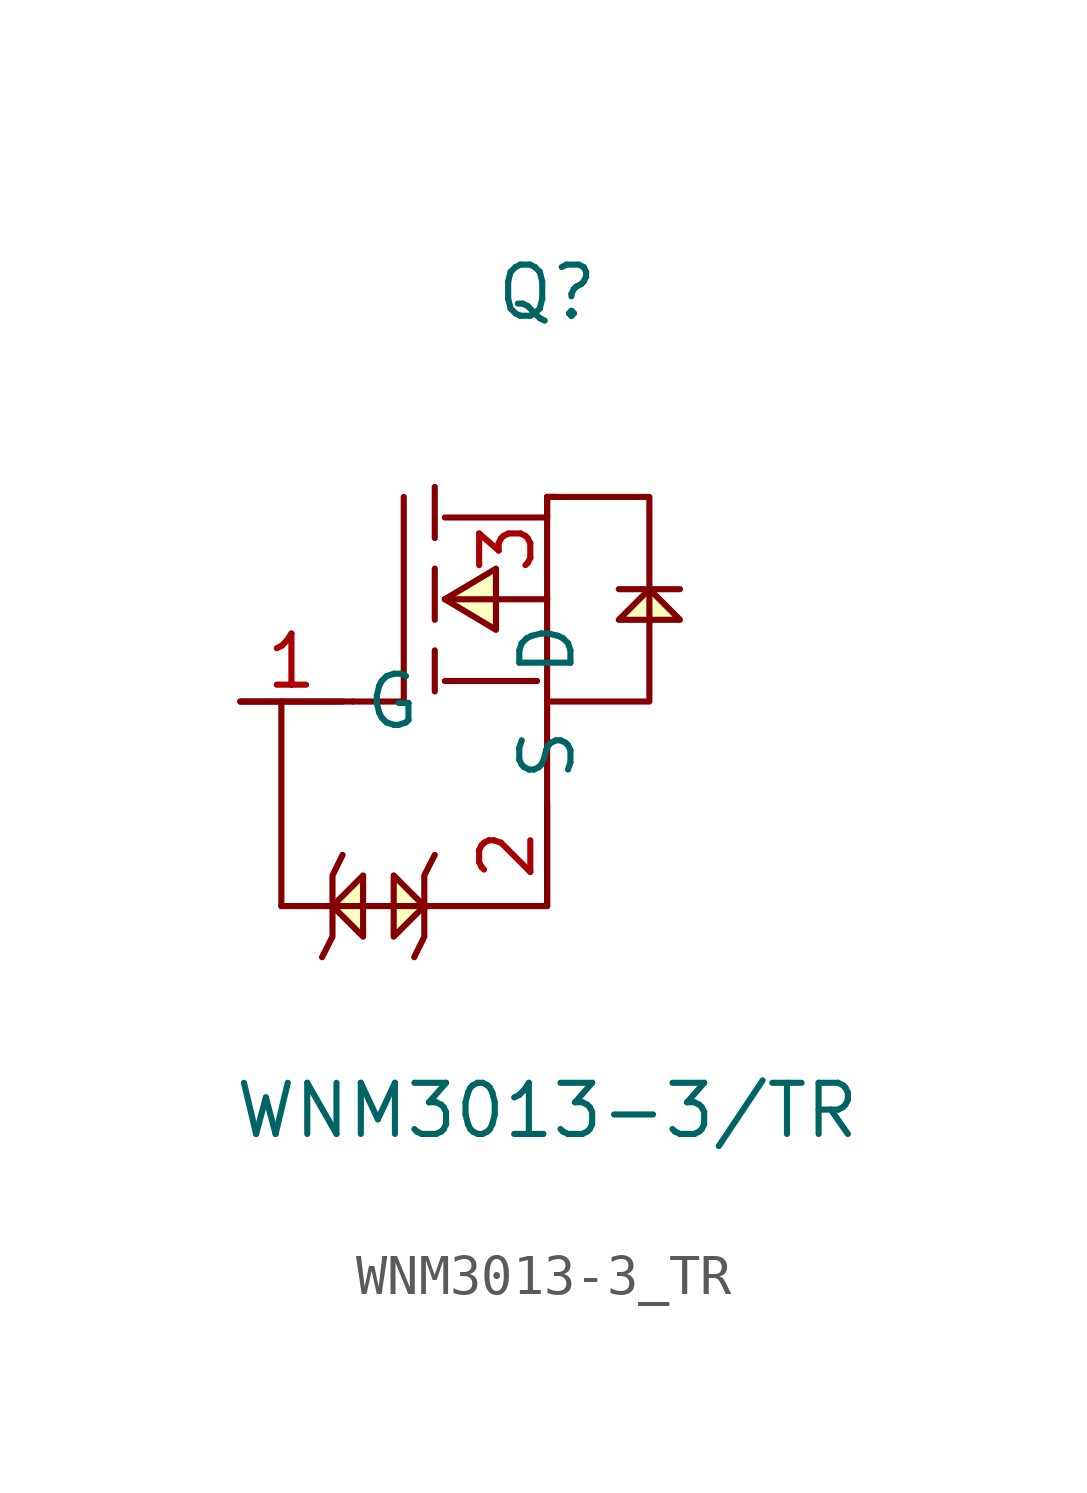
<source format=kicad_sym>
(kicad_symbol_lib
  (version 20211014)
  (generator https://github.com/uPesy/easyeda2kicad.py)
  (symbol "WNM3013-3_TR"
    (property "Reference" "Q"
      (at 0 10.16 0)
      (effects (font (size 1.27 1.27))))
    (property "Value" "WNM3013-3/TR"
      (at 0 -10.16 0)
      (effects (font (size 1.27 1.27))))
    (symbol "WNM3013-3_TR_0_1"
      (polyline (pts (xy -3.56 -0.00) (xy -3.56 5.08)) (stroke (width 0) (type default) (color 0 0 0 0)) (fill (type none)))
      (polyline (pts (xy -2.54 2.54) (xy 0.00 2.54)) (stroke (width 0) (type default) (color 0 0 0 0)) (fill (type none)))
      (polyline (pts (xy -4.83 -0.00) (xy -3.56 -0.00)) (stroke (width 0) (type default) (color 0 0 0 0)) (fill (type none)))
      (polyline (pts (xy 0.00 5.08) (xy 0.00 4.57)) (stroke (width 0) (type default) (color 0 0 0 0)) (fill (type none)))
      (polyline (pts (xy 0.25 5.08) (xy 0.00 5.08)) (stroke (width 0) (type default) (color 0 0 0 0)) (fill (type none)))
      (polyline (pts (xy -2.54 0.51) (xy -0.25 0.51)) (stroke (width 0) (type default) (color 0 0 0 0)) (fill (type none)))
      (polyline (pts (xy 0.00 2.54) (xy 0.00 -0.00)) (stroke (width 0) (type default) (color 0 0 0 0)) (fill (type none)))
      (polyline (pts (xy -2.79 1.27) (xy -2.79 0.25)) (stroke (width 0) (type default) (color 0 0 0 0)) (fill (type none)))
      (polyline (pts (xy -2.79 3.30) (xy -2.79 2.03)) (stroke (width 0) (type default) (color 0 0 0 0)) (fill (type none)))
      (polyline (pts (xy -2.79 5.33) (xy -2.79 4.06)) (stroke (width 0) (type default) (color 0 0 0 0)) (fill (type none)))
      (polyline (pts (xy 0.00 5.08) (xy 2.54 5.08) (xy 2.54 -0.00) (xy 0.00 -0.00)) (stroke (width 0) (type default) (color 0 0 0 0)) (fill (type none)))
      (polyline (pts (xy 3.30 2.03) (xy 1.78 2.03) (xy 2.54 2.79) (xy 3.30 2.03) (xy 3.30 2.03)) (stroke (width 0) (type default) (color 0 0 0 0)) (fill (type background)))
      (polyline (pts (xy 1.78 2.79) (xy 3.30 2.79)) (stroke (width 0) (type default) (color 0 0 0 0)) (fill (type none)))
      (polyline (pts (xy -6.60 -5.08) (xy 0.00 -5.08)) (stroke (width 0) (type default) (color 0 0 0 0)) (fill (type none)))
      (polyline (pts (xy 0.00 -5.08) (xy 0.00 -0.00)) (stroke (width 0) (type default) (color 0 0 0 0)) (fill (type none)))
      (polyline (pts (xy 0.00 4.57) (xy -2.54 4.57)) (stroke (width 0) (type default) (color 0 0 0 0)) (fill (type none)))
      (polyline (pts (xy -4.83 -0.00) (xy -7.62 -0.00)) (stroke (width 0) (type default) (color 0 0 0 0)) (fill (type none)))
      (polyline (pts (xy -6.60 -5.08) (xy -6.60 -0.00)) (stroke (width 0) (type default) (color 0 0 0 0)) (fill (type none)))
      (polyline (pts (xy -2.54 2.54) (xy -1.27 3.30) (xy -1.27 1.78) (xy -2.54 2.54) (xy -2.54 2.54)) (stroke (width 0) (type default) (color 0 0 0 0)) (fill (type background)))
      (polyline (pts (xy -5.08 -3.81) (xy -5.33 -4.32) (xy -5.33 -5.84) (xy -5.59 -6.35)) (stroke (width 0) (type default) (color 0 0 0 0)) (fill (type none)))
      (polyline (pts (xy -4.57 -4.32) (xy -4.57 -5.84) (xy -5.33 -5.08) (xy -4.57 -4.32) (xy -4.57 -4.32)) (stroke (width 0) (type default) (color 0 0 0 0)) (fill (type background)))
      (polyline (pts (xy -3.30 -6.35) (xy -3.05 -5.84) (xy -3.05 -4.32) (xy -2.79 -3.81)) (stroke (width 0) (type default) (color 0 0 0 0)) (fill (type none)))
      (polyline (pts (xy -3.81 -5.84) (xy -3.81 -4.32) (xy -3.05 -5.08) (xy -3.81 -5.84) (xy -3.81 -5.84)) (stroke (width 0) (type default) (color 0 0 0 0)) (fill (type background)))
      (pin unspecified line (at -7.62 -0.00 0) (length 2.54) (name "G" (effects (font (size 1.27 1.27)))) (number "1" (effects (font (size 1.27 1.27)))))
      (pin unspecified line (at 0.00 -5.08 90) (length 2.54) (name "S" (effects (font (size 1.27 1.27)))) (number "2" (effects (font (size 1.27 1.27)))))
      (pin unspecified line (at 0.00 5.08 270) (length 2.54) (name "D" (effects (font (size 1.27 1.27)))) (number "3" (effects (font (size 1.27 1.27))))))))
</source>
